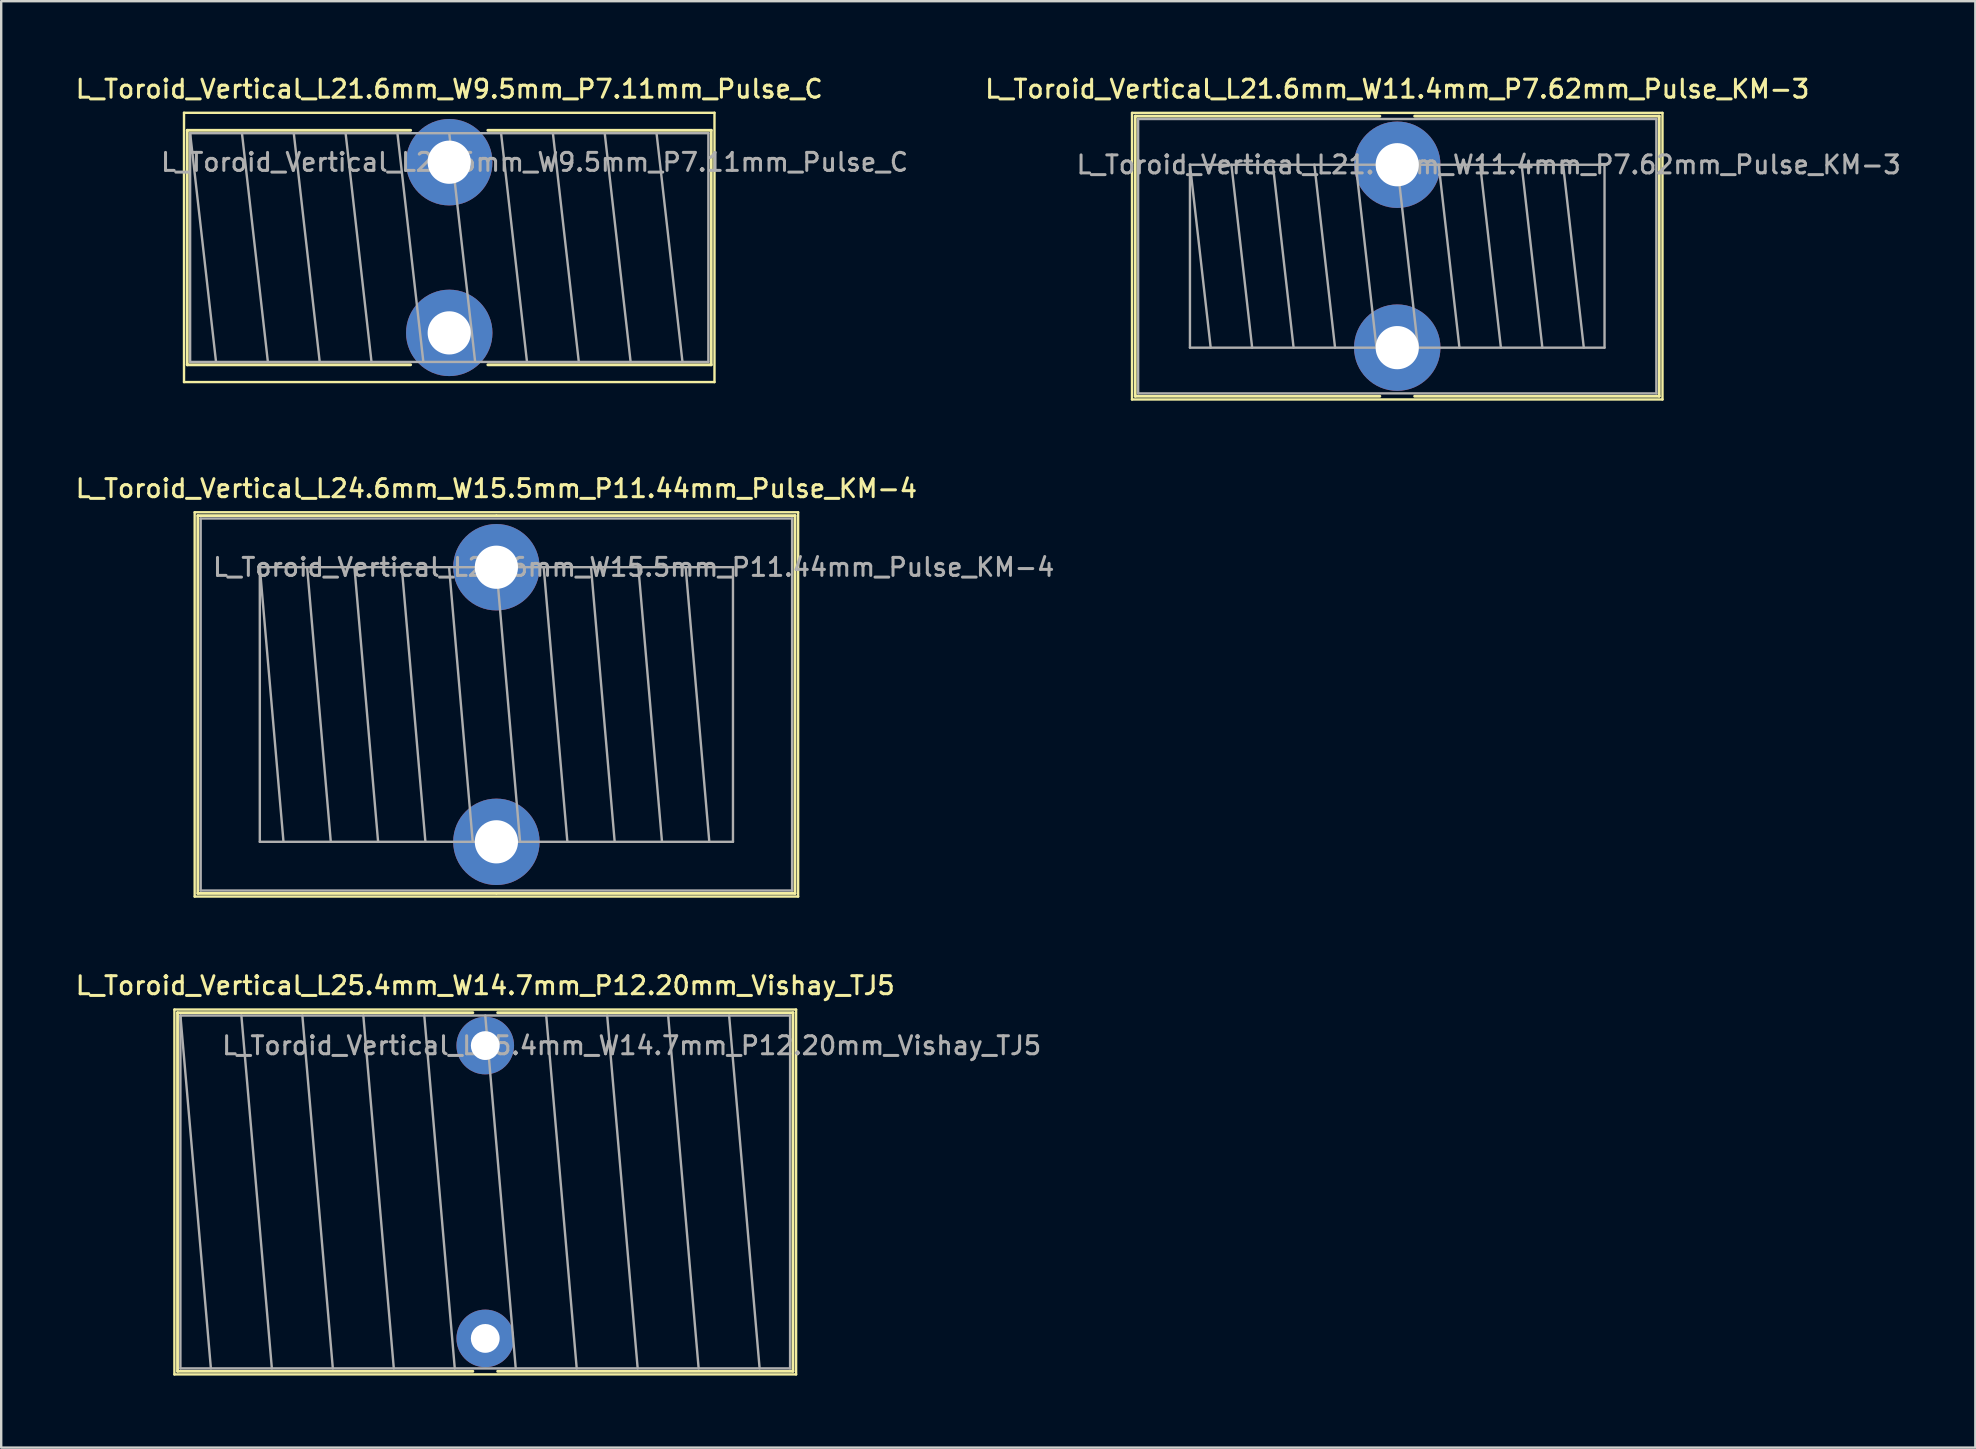
<source format=kicad_pcb>
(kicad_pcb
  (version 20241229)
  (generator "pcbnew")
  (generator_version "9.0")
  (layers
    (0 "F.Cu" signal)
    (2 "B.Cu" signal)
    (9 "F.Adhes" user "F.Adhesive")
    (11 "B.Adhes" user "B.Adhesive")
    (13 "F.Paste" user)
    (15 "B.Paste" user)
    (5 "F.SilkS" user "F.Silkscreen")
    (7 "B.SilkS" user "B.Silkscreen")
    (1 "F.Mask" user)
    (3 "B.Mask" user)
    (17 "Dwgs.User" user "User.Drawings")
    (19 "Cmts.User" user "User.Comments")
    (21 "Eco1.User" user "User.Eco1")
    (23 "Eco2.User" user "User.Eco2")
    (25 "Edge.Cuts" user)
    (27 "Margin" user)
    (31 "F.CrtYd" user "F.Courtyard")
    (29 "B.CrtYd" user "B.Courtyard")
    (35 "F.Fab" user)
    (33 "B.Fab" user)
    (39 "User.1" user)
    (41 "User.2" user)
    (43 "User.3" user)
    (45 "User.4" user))
  (footprint "L_Toroid_Vertical_L21.6mm_W11.4mm_P7.62mm_Pulse_KM-3"
    (layer "F.Cu")
    (at 55.16 3.813)
    (property "Reference" "L_Toroid_Vertical_L21.6mm_W11.4mm_P7.62mm_Pulse_KM-3" (at 0 -3.155 0) (layer "F.SilkS") (effects (font (size 0.75 0.75) (thickness 0.125))))
    (attr through_hole)
    (fp_line (start -11.05 -2.16) (end -11.05 9.78) (stroke (width 0.1) (type solid)) (layer "F.SilkS"))
    (fp_line (start -11.05 9.78) (end 11.05 9.78) (stroke (width 0.1) (type solid)) (layer "F.SilkS"))
    (fp_line (start -10.915 -2.025) (end -10.915 9.645) (stroke (width 0.12) (type solid)) (layer "F.SilkS"))
    (fp_line (start -10.915 -2.025) (end -0.725 -2.025) (stroke (width 0.12) (type solid)) (layer "F.SilkS"))
    (fp_line (start -10.915 9.645) (end -0.725 9.645) (stroke (width 0.12) (type solid)) (layer "F.SilkS"))
    (fp_line (start 0.725 -2.025) (end 10.915 -2.025) (stroke (width 0.12) (type solid)) (layer "F.SilkS"))
    (fp_line (start 0.725 9.645) (end 10.915 9.645) (stroke (width 0.12) (type solid)) (layer "F.SilkS"))
    (fp_line (start 10.915 -2.025) (end 10.915 9.645) (stroke (width 0.12) (type solid)) (layer "F.SilkS"))
    (fp_line (start 11.05 -2.16) (end -11.05 -2.16) (stroke (width 0.1) (type solid)) (layer "F.SilkS"))
    (fp_line (start 11.05 9.78) (end 11.05 -2.16) (stroke (width 0.1) (type solid)) (layer "F.SilkS"))
    (fp_line (start -10.795 -1.905) (end -10.795 9.525) (stroke (width 0.1) (type solid)) (layer "F.Fab"))
    (fp_line (start -10.795 9.525) (end 10.795 9.525) (stroke (width 0.1) (type solid)) (layer "F.Fab"))
    (fp_line (start -8.636 0) (end -8.636 7.62) (stroke (width 0.1) (type solid)) (layer "F.Fab"))
    (fp_line (start -8.636 0) (end -7.772 7.62) (stroke (width 0.1) (type solid)) (layer "F.Fab"))
    (fp_line (start -8.636 7.62) (end 8.636 7.62) (stroke (width 0.1) (type solid)) (layer "F.Fab"))
    (fp_line (start -6.909 0) (end -6.045 7.62) (stroke (width 0.1) (type solid)) (layer "F.Fab"))
    (fp_line (start -5.182 0) (end -4.318 7.62) (stroke (width 0.1) (type solid)) (layer "F.Fab"))
    (fp_line (start -3.454 0) (end -2.591 7.62) (stroke (width 0.1) (type solid)) (layer "F.Fab"))
    (fp_line (start -1.727 0) (end -0.864 7.62) (stroke (width 0.1) (type solid)) (layer "F.Fab"))
    (fp_line (start 0 0) (end 0.864 7.62) (stroke (width 0.1) (type solid)) (layer "F.Fab"))
    (fp_line (start 1.727 0) (end 2.591 7.62) (stroke (width 0.1) (type solid)) (layer "F.Fab"))
    (fp_line (start 3.454 0) (end 4.318 7.62) (stroke (width 0.1) (type solid)) (layer "F.Fab"))
    (fp_line (start 5.182 0) (end 6.045 7.62) (stroke (width 0.1) (type solid)) (layer "F.Fab"))
    (fp_line (start 6.909 0) (end 7.772 7.62) (stroke (width 0.1) (type solid)) (layer "F.Fab"))
    (fp_line (start 8.636 0) (end -8.636 0) (stroke (width 0.1) (type solid)) (layer "F.Fab"))
    (fp_line (start 8.636 7.62) (end 8.636 0) (stroke (width 0.1) (type solid)) (layer "F.Fab"))
    (fp_line (start 10.795 -1.905) (end -10.795 -1.905) (stroke (width 0.1) (type solid)) (layer "F.Fab"))
    (fp_line (start 10.795 9.525) (end 10.795 -1.905) (stroke (width 0.1) (type solid)) (layer "F.Fab"))
    (fp_text user "${REFERENCE}" (at 3.81 0 0) (layer "F.Fab") (effects (font (size 0.75 0.75) (thickness 0.125))))
    (pad "1" thru_hole circle (at 0 0) (size 3.6 3.6) (drill 1.8) (layers "*.Cu" "*.Mask"))
    (pad "2" thru_hole circle (at 0 7.62) (size 3.6 3.6) (drill 1.8) (layers "*.Cu" "*.Mask")))
  (footprint "L_Toroid_Vertical_L21.6mm_W9.5mm_P7.11mm_Pulse_C"
    (layer "F.Cu")
    (at 15.666 3.708)
    (property "Reference" "L_Toroid_Vertical_L21.6mm_W9.5mm_P7.11mm_Pulse_C" (at 0 -3.05 0) (layer "F.SilkS") (effects (font (size 0.75 0.75) (thickness 0.125))))
    (attr through_hole)
    (fp_line (start -11.05 -2.06) (end -11.05 9.16) (stroke (width 0.1) (type solid)) (layer "F.SilkS"))
    (fp_line (start -11.05 9.16) (end 11.05 9.16) (stroke (width 0.1) (type solid)) (layer "F.SilkS"))
    (fp_line (start -10.915 -1.33) (end -10.915 8.44) (stroke (width 0.12) (type solid)) (layer "F.SilkS"))
    (fp_line (start -10.915 -1.33) (end -1.608 -1.33) (stroke (width 0.12) (type solid)) (layer "F.SilkS"))
    (fp_line (start -10.915 8.44) (end -1.608 8.44) (stroke (width 0.12) (type solid)) (layer "F.SilkS"))
    (fp_line (start 1.608 -1.33) (end 10.915 -1.33) (stroke (width 0.12) (type solid)) (layer "F.SilkS"))
    (fp_line (start 1.608 8.44) (end 10.915 8.44) (stroke (width 0.12) (type solid)) (layer "F.SilkS"))
    (fp_line (start 10.915 -1.33) (end 10.915 8.44) (stroke (width 0.12) (type solid)) (layer "F.SilkS"))
    (fp_line (start 11.05 -2.06) (end -11.05 -2.06) (stroke (width 0.1) (type solid)) (layer "F.SilkS"))
    (fp_line (start 11.05 9.16) (end 11.05 -2.06) (stroke (width 0.1) (type solid)) (layer "F.SilkS"))
    (fp_line (start -10.795 -1.21) (end -10.795 8.32) (stroke (width 0.1) (type solid)) (layer "F.Fab"))
    (fp_line (start -10.795 -1.21) (end -9.716 8.32) (stroke (width 0.1) (type solid)) (layer "F.Fab"))
    (fp_line (start -10.795 8.32) (end 10.795 8.32) (stroke (width 0.1) (type solid)) (layer "F.Fab"))
    (fp_line (start -8.636 -1.21) (end -7.556 8.32) (stroke (width 0.1) (type solid)) (layer "F.Fab"))
    (fp_line (start -6.477 -1.21) (end -5.397 8.32) (stroke (width 0.1) (type solid)) (layer "F.Fab"))
    (fp_line (start -4.318 -1.21) (end -3.239 8.32) (stroke (width 0.1) (type solid)) (layer "F.Fab"))
    (fp_line (start -2.159 -1.21) (end -1.079 8.32) (stroke (width 0.1) (type solid)) (layer "F.Fab"))
    (fp_line (start 0 -1.21) (end 1.079 8.32) (stroke (width 0.1) (type solid)) (layer "F.Fab"))
    (fp_line (start 2.159 -1.21) (end 3.239 8.32) (stroke (width 0.1) (type solid)) (layer "F.Fab"))
    (fp_line (start 4.318 -1.21) (end 5.397 8.32) (stroke (width 0.1) (type solid)) (layer "F.Fab"))
    (fp_line (start 6.477 -1.21) (end 7.556 8.32) (stroke (width 0.1) (type solid)) (layer "F.Fab"))
    (fp_line (start 8.636 -1.21) (end 9.716 8.32) (stroke (width 0.1) (type solid)) (layer "F.Fab"))
    (fp_line (start 10.795 -1.21) (end -10.795 -1.21) (stroke (width 0.1) (type solid)) (layer "F.Fab"))
    (fp_line (start 10.795 8.32) (end 10.795 -1.21) (stroke (width 0.1) (type solid)) (layer "F.Fab"))
    (fp_text user "${REFERENCE}" (at 3.555 0 0) (layer "F.Fab") (effects (font (size 0.75 0.75) (thickness 0.125))))
    (pad "1" thru_hole circle (at 0 0) (size 3.6 3.6) (drill 1.8) (layers "*.Cu" "*.Mask"))
    (pad "2" thru_hole circle (at 0 7.11) (size 3.6 3.6) (drill 1.8) (layers "*.Cu" "*.Mask")))
  (footprint "L_Toroid_Vertical_L25.4mm_W14.7mm_P12.20mm_Vishay_TJ5"
    (layer "F.Cu")
    (at 17.166 40.509)
    (property "Reference" "L_Toroid_Vertical_L25.4mm_W14.7mm_P12.20mm_Vishay_TJ5" (at 0 -2.5 0) (layer "F.SilkS") (effects (font (size 0.75 0.75) (thickness 0.125))))
    (attr through_hole)
    (fp_line (start -12.95 -1.5) (end -12.95 13.7) (stroke (width 0.1) (type solid)) (layer "F.SilkS"))
    (fp_line (start -12.95 13.7) (end 12.95 13.7) (stroke (width 0.1) (type solid)) (layer "F.SilkS"))
    (fp_line (start -12.82 -1.37) (end -12.82 13.57) (stroke (width 0.12) (type solid)) (layer "F.SilkS"))
    (fp_line (start -12.82 -1.37) (end -0.517 -1.37) (stroke (width 0.12) (type solid)) (layer "F.SilkS"))
    (fp_line (start -12.82 13.57) (end -0.517 13.57) (stroke (width 0.12) (type solid)) (layer "F.SilkS"))
    (fp_line (start 0.517 -1.37) (end 12.82 -1.37) (stroke (width 0.12) (type solid)) (layer "F.SilkS"))
    (fp_line (start 0.517 13.57) (end 12.82 13.57) (stroke (width 0.12) (type solid)) (layer "F.SilkS"))
    (fp_line (start 12.82 -1.37) (end 12.82 13.57) (stroke (width 0.12) (type solid)) (layer "F.SilkS"))
    (fp_line (start 12.95 -1.5) (end -12.95 -1.5) (stroke (width 0.1) (type solid)) (layer "F.SilkS"))
    (fp_line (start 12.95 13.7) (end 12.95 -1.5) (stroke (width 0.1) (type solid)) (layer "F.SilkS"))
    (fp_line (start -12.7 -1.25) (end -12.7 13.45) (stroke (width 0.1) (type solid)) (layer "F.Fab"))
    (fp_line (start -12.7 -1.25) (end -11.43 13.45) (stroke (width 0.1) (type solid)) (layer "F.Fab"))
    (fp_line (start -12.7 13.45) (end 12.7 13.45) (stroke (width 0.1) (type solid)) (layer "F.Fab"))
    (fp_line (start -10.16 -1.25) (end -8.89 13.45) (stroke (width 0.1) (type solid)) (layer "F.Fab"))
    (fp_line (start -7.62 -1.25) (end -6.35 13.45) (stroke (width 0.1) (type solid)) (layer "F.Fab"))
    (fp_line (start -5.08 -1.25) (end -3.81 13.45) (stroke (width 0.1) (type solid)) (layer "F.Fab"))
    (fp_line (start -2.54 -1.25) (end -1.27 13.45) (stroke (width 0.1) (type solid)) (layer "F.Fab"))
    (fp_line (start 0 -1.25) (end 1.27 13.45) (stroke (width 0.1) (type solid)) (layer "F.Fab"))
    (fp_line (start 2.54 -1.25) (end 3.81 13.45) (stroke (width 0.1) (type solid)) (layer "F.Fab"))
    (fp_line (start 5.08 -1.25) (end 6.35 13.45) (stroke (width 0.1) (type solid)) (layer "F.Fab"))
    (fp_line (start 7.62 -1.25) (end 8.89 13.45) (stroke (width 0.1) (type solid)) (layer "F.Fab"))
    (fp_line (start 10.16 -1.25) (end 11.43 13.45) (stroke (width 0.1) (type solid)) (layer "F.Fab"))
    (fp_line (start 12.7 -1.25) (end -12.7 -1.25) (stroke (width 0.1) (type solid)) (layer "F.Fab"))
    (fp_line (start 12.7 13.45) (end 12.7 -1.25) (stroke (width 0.1) (type solid)) (layer "F.Fab"))
    (fp_text user "${REFERENCE}" (at 6.1 0 0) (layer "F.Fab") (effects (font (size 0.75 0.75) (thickness 0.125))))
    (pad "1" thru_hole circle (at 0 0) (size 2.4 2.4) (drill 1.2) (layers "*.Cu" "*.Mask"))
    (pad "2" thru_hole circle (at 0 12.2) (size 2.4 2.4) (drill 1.2) (layers "*.Cu" "*.Mask")))
  (footprint "L_Toroid_Vertical_L24.6mm_W15.5mm_P11.44mm_Pulse_KM-4"
    (layer "F.Cu")
    (at 17.63 20.581)
    (property "Reference" "L_Toroid_Vertical_L24.6mm_W15.5mm_P11.44mm_Pulse_KM-4" (at 0 -3.28 0) (layer "F.SilkS") (effects (font (size 0.75 0.75) (thickness 0.125))))
    (attr through_hole)
    (fp_line (start -12.57 -2.29) (end -12.57 13.72) (stroke (width 0.1) (type solid)) (layer "F.SilkS"))
    (fp_line (start -12.57 13.72) (end 12.57 13.72) (stroke (width 0.1) (type solid)) (layer "F.SilkS"))
    (fp_line (start -12.44 -2.15) (end -12.44 13.59) (stroke (width 0.12) (type solid)) (layer "F.SilkS"))
    (fp_line (start -12.44 -2.15) (end -0.016 -2.15) (stroke (width 0.12) (type solid)) (layer "F.SilkS"))
    (fp_line (start -12.44 13.59) (end -0.016 13.59) (stroke (width 0.12) (type solid)) (layer "F.SilkS"))
    (fp_line (start 0.016 -2.15) (end 12.44 -2.15) (stroke (width 0.12) (type solid)) (layer "F.SilkS"))
    (fp_line (start 0.016 13.59) (end 12.44 13.59) (stroke (width 0.12) (type solid)) (layer "F.SilkS"))
    (fp_line (start 12.44 -2.15) (end 12.44 13.59) (stroke (width 0.12) (type solid)) (layer "F.SilkS"))
    (fp_line (start 12.57 -2.29) (end -12.57 -2.29) (stroke (width 0.1) (type solid)) (layer "F.SilkS"))
    (fp_line (start 12.57 13.72) (end 12.57 -2.29) (stroke (width 0.1) (type solid)) (layer "F.SilkS"))
    (fp_line (start -12.32 -2.03) (end -12.32 13.47) (stroke (width 0.1) (type solid)) (layer "F.Fab"))
    (fp_line (start -12.32 13.47) (end 12.32 13.47) (stroke (width 0.1) (type solid)) (layer "F.Fab"))
    (fp_line (start -9.856 0) (end -9.856 11.44) (stroke (width 0.1) (type solid)) (layer "F.Fab"))
    (fp_line (start -9.856 0) (end -8.87 11.44) (stroke (width 0.1) (type solid)) (layer "F.Fab"))
    (fp_line (start -9.856 11.44) (end 9.856 11.44) (stroke (width 0.1) (type solid)) (layer "F.Fab"))
    (fp_line (start -7.885 0) (end -6.899 11.44) (stroke (width 0.1) (type solid)) (layer "F.Fab"))
    (fp_line (start -5.914 0) (end -4.928 11.44) (stroke (width 0.1) (type solid)) (layer "F.Fab"))
    (fp_line (start -3.942 0) (end -2.957 11.44) (stroke (width 0.1) (type solid)) (layer "F.Fab"))
    (fp_line (start -1.971 0) (end -0.986 11.44) (stroke (width 0.1) (type solid)) (layer "F.Fab"))
    (fp_line (start 0 0) (end 0.986 11.44) (stroke (width 0.1) (type solid)) (layer "F.Fab"))
    (fp_line (start 1.971 0) (end 2.957 11.44) (stroke (width 0.1) (type solid)) (layer "F.Fab"))
    (fp_line (start 3.942 0) (end 4.928 11.44) (stroke (width 0.1) (type solid)) (layer "F.Fab"))
    (fp_line (start 5.914 0) (end 6.899 11.44) (stroke (width 0.1) (type solid)) (layer "F.Fab"))
    (fp_line (start 7.885 0) (end 8.87 11.44) (stroke (width 0.1) (type solid)) (layer "F.Fab"))
    (fp_line (start 9.856 0) (end -9.856 0) (stroke (width 0.1) (type solid)) (layer "F.Fab"))
    (fp_line (start 9.856 11.44) (end 9.856 0) (stroke (width 0.1) (type solid)) (layer "F.Fab"))
    (fp_line (start 12.32 -2.03) (end -12.32 -2.03) (stroke (width 0.1) (type solid)) (layer "F.Fab"))
    (fp_line (start 12.32 13.47) (end 12.32 -2.03) (stroke (width 0.1) (type solid)) (layer "F.Fab"))
    (fp_text user "${REFERENCE}" (at 5.72 0 0) (layer "F.Fab") (effects (font (size 0.75 0.75) (thickness 0.125))))
    (pad "1" thru_hole circle (at 0 0) (size 3.6 3.6) (drill 1.8) (layers "*.Cu" "*.Mask"))
    (pad "2" thru_hole circle (at 0 11.44) (size 3.6 3.6) (drill 1.8) (layers "*.Cu" "*.Mask")))
  (gr_rect
    (start -3 -3)
    (end 79.244 57.259)
    (stroke (width 0.1) (type default))
    (fill no)
    (layer "Edge.Cuts")))
</source>
